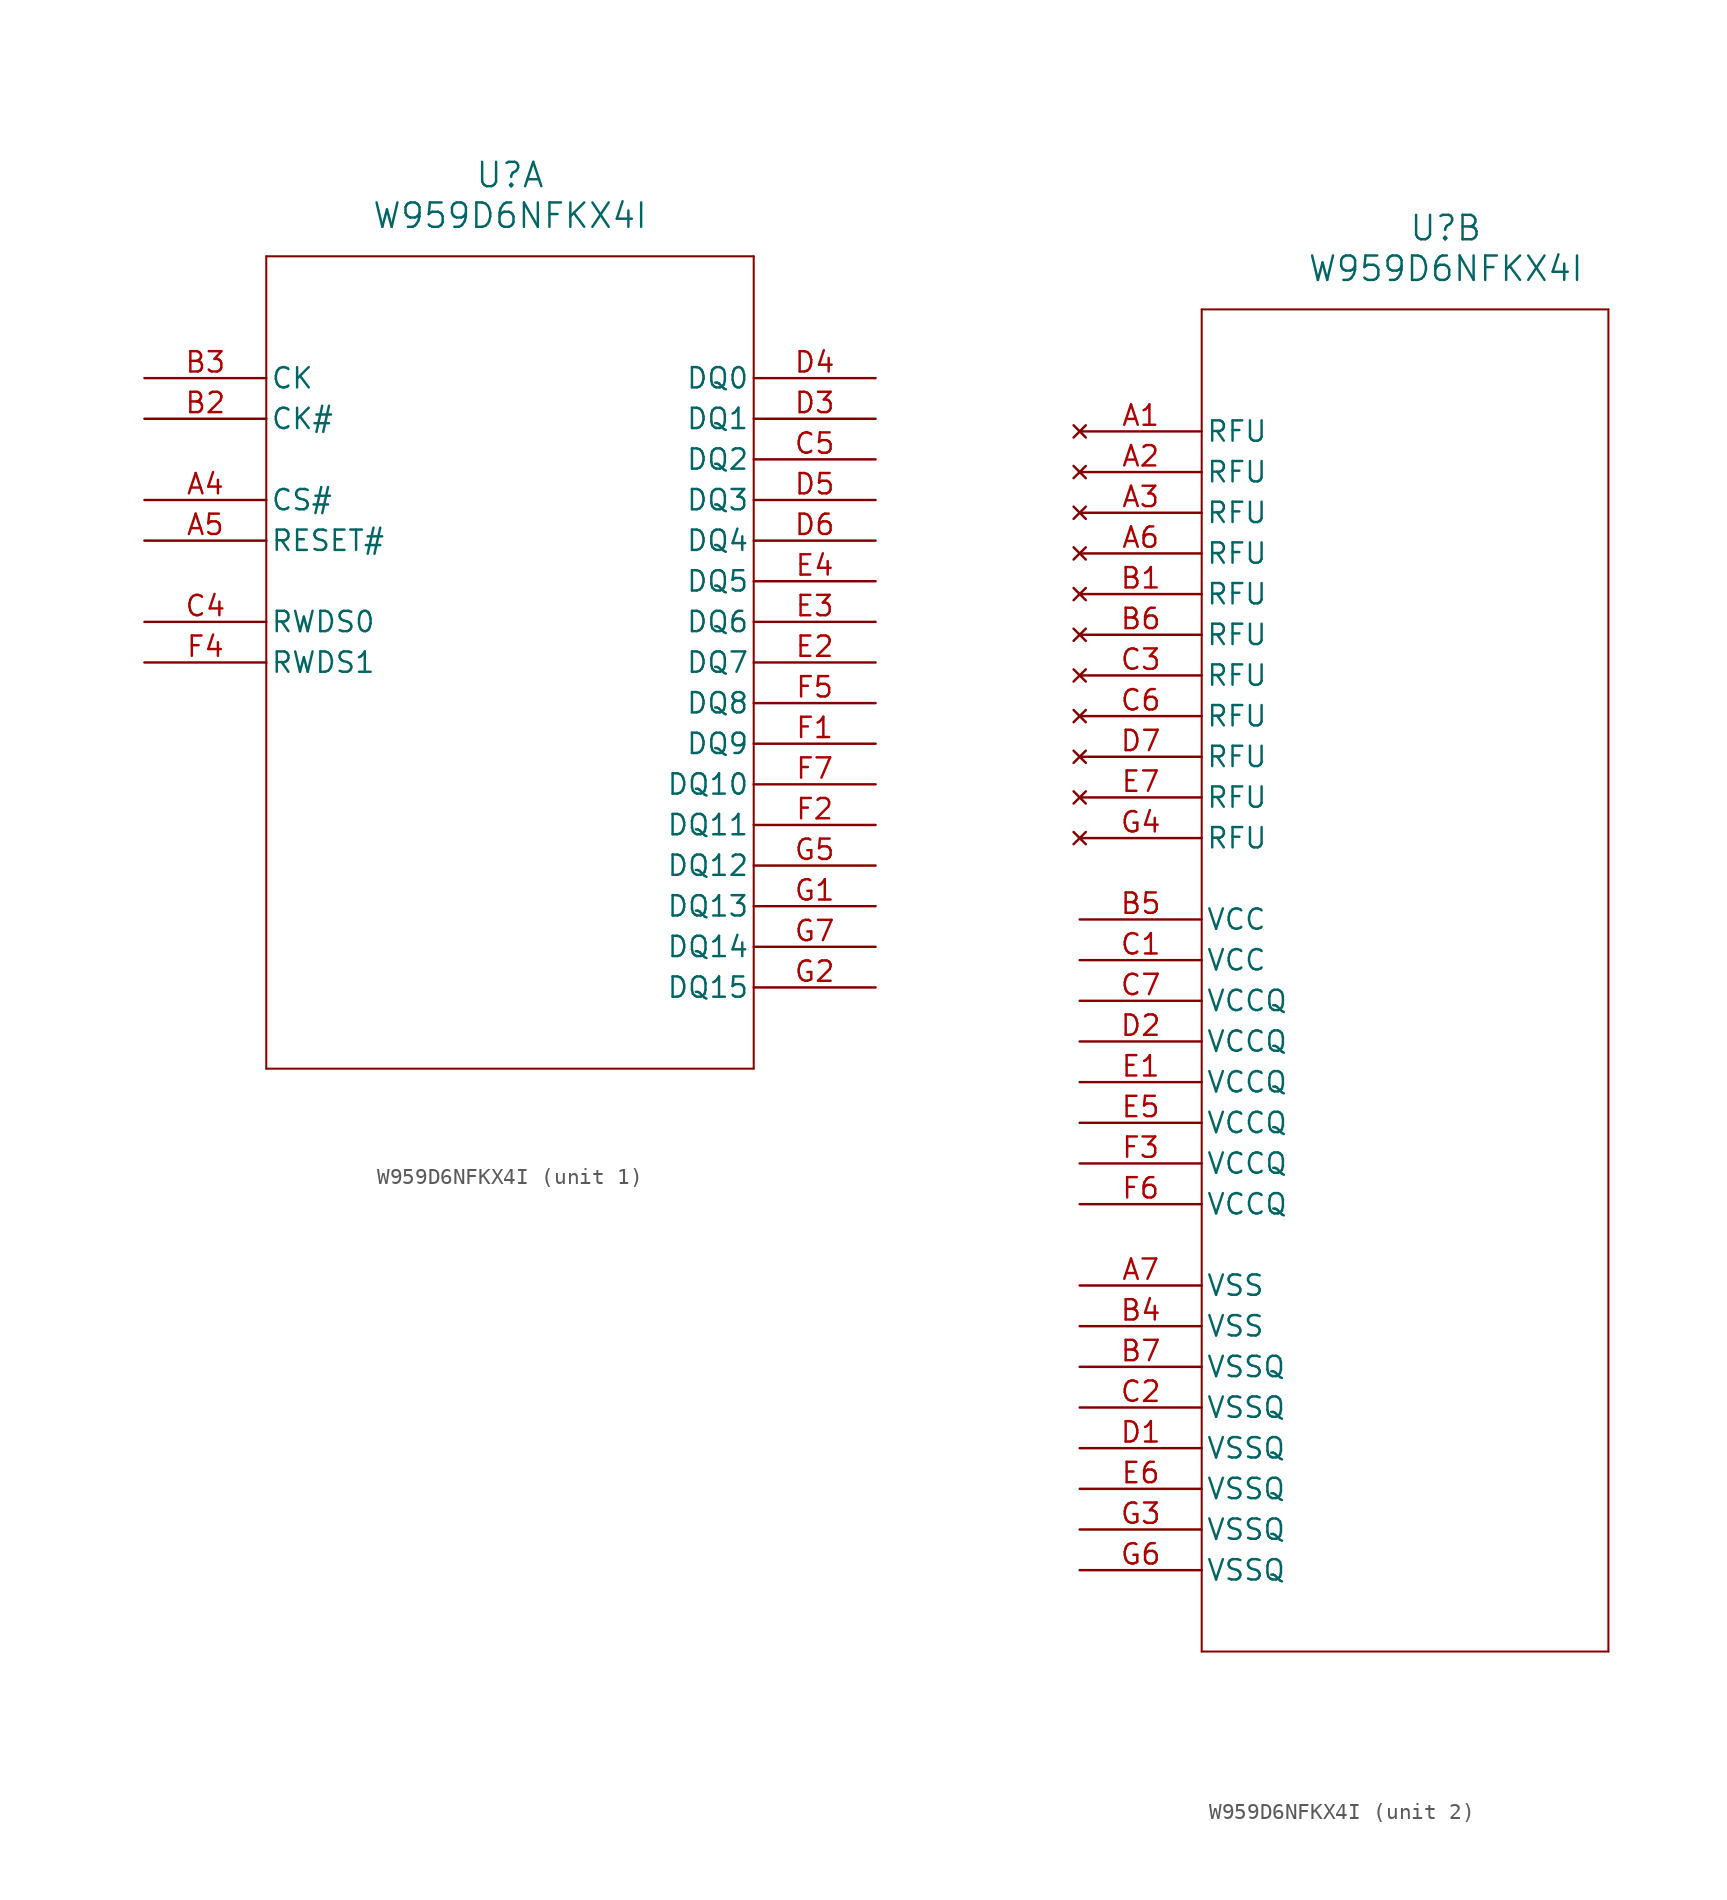
<source format=kicad_sym>
(kicad_symbol_lib
  (version 20211014)
  (generator kicad_symbol_editor)
  (symbol "W959D6NFKX4I"
    (pin_names
      (offset 0.254))
    (property "Reference" "U"
      (at 22.86 12.7 0)
      (effects (font (size 1.524 1.524))))
    (property "Value" "W959D6NFKX4I"
      (at 22.86 10.16 0)
      (effects (font (size 1.524 1.524))))
    (symbol "W959D6NFKX4I_1_1"
      (polyline (pts (xy 7.62 7.62) (xy 7.62 -43.18)) (stroke (width 0.127) (type default) (color 0 0 0 0)) (fill (type none)))
      (polyline (pts (xy 7.62 -43.18) (xy 38.1 -43.18)) (stroke (width 0.127) (type default) (color 0 0 0 0)) (fill (type none)))
      (polyline (pts (xy 38.1 -43.18) (xy 38.1 7.62)) (stroke (width 0.127) (type default) (color 0 0 0 0)) (fill (type none)))
      (polyline (pts (xy 38.1 7.62) (xy 7.62 7.62)) (stroke (width 0.127) (type default) (color 0 0 0 0)) (fill (type none)))
      (pin input line (at 0 -7.62 0) (length 7.62) (name "CS#" (effects (font (size 1.27 1.27)))) (number "A4" (effects (font (size 1.27 1.27)))))
      (pin input line (at 0 -10.16 0) (length 7.62) (name "RESET#" (effects (font (size 1.27 1.27)))) (number "A5" (effects (font (size 1.27 1.27)))))
      (pin input line (at 0 -2.54 0) (length 7.62) (name "CK#" (effects (font (size 1.27 1.27)))) (number "B2" (effects (font (size 1.27 1.27)))))
      (pin input line (at 0 0 0) (length 7.62) (name "CK" (effects (font (size 1.27 1.27)))) (number "B3" (effects (font (size 1.27 1.27)))))
      (pin bidirectional line (at 0 -15.24 0) (length 7.62) (name "RWDS0" (effects (font (size 1.27 1.27)))) (number "C4" (effects (font (size 1.27 1.27)))))
      (pin bidirectional line (at 45.72 -5.08 180) (length 7.62) (name "DQ2" (effects (font (size 1.27 1.27)))) (number "C5" (effects (font (size 1.27 1.27)))))
      (pin bidirectional line (at 45.72 -2.54 180) (length 7.62) (name "DQ1" (effects (font (size 1.27 1.27)))) (number "D3" (effects (font (size 1.27 1.27)))))
      (pin bidirectional line (at 45.72 0 180) (length 7.62) (name "DQ0" (effects (font (size 1.27 1.27)))) (number "D4" (effects (font (size 1.27 1.27)))))
      (pin bidirectional line (at 45.72 -7.62 180) (length 7.62) (name "DQ3" (effects (font (size 1.27 1.27)))) (number "D5" (effects (font (size 1.27 1.27)))))
      (pin bidirectional line (at 45.72 -10.16 180) (length 7.62) (name "DQ4" (effects (font (size 1.27 1.27)))) (number "D6" (effects (font (size 1.27 1.27)))))
      (pin bidirectional line (at 45.72 -17.78 180) (length 7.62) (name "DQ7" (effects (font (size 1.27 1.27)))) (number "E2" (effects (font (size 1.27 1.27)))))
      (pin bidirectional line (at 45.72 -15.24 180) (length 7.62) (name "DQ6" (effects (font (size 1.27 1.27)))) (number "E3" (effects (font (size 1.27 1.27)))))
      (pin bidirectional line (at 45.72 -12.7 180) (length 7.62) (name "DQ5" (effects (font (size 1.27 1.27)))) (number "E4" (effects (font (size 1.27 1.27)))))
      (pin bidirectional line (at 45.72 -22.86 180) (length 7.62) (name "DQ9" (effects (font (size 1.27 1.27)))) (number "F1" (effects (font (size 1.27 1.27)))))
      (pin bidirectional line (at 45.72 -27.94 180) (length 7.62) (name "DQ11" (effects (font (size 1.27 1.27)))) (number "F2" (effects (font (size 1.27 1.27)))))
      (pin bidirectional line (at 0 -17.78 0) (length 7.62) (name "RWDS1" (effects (font (size 1.27 1.27)))) (number "F4" (effects (font (size 1.27 1.27)))))
      (pin bidirectional line (at 45.72 -20.32 180) (length 7.62) (name "DQ8" (effects (font (size 1.27 1.27)))) (number "F5" (effects (font (size 1.27 1.27)))))
      (pin bidirectional line (at 45.72 -25.4 180) (length 7.62) (name "DQ10" (effects (font (size 1.27 1.27)))) (number "F7" (effects (font (size 1.27 1.27)))))
      (pin bidirectional line (at 45.72 -33.02 180) (length 7.62) (name "DQ13" (effects (font (size 1.27 1.27)))) (number "G1" (effects (font (size 1.27 1.27)))))
      (pin bidirectional line (at 45.72 -38.1 180) (length 7.62) (name "DQ15" (effects (font (size 1.27 1.27)))) (number "G2" (effects (font (size 1.27 1.27)))))
      (pin bidirectional line (at 45.72 -30.48 180) (length 7.62) (name "DQ12" (effects (font (size 1.27 1.27)))) (number "G5" (effects (font (size 1.27 1.27)))))
      (pin bidirectional line (at 45.72 -35.56 180) (length 7.62) (name "DQ14" (effects (font (size 1.27 1.27)))) (number "G7" (effects (font (size 1.27 1.27))))))
    (symbol "W959D6NFKX4I_2_1"
      (polyline (pts (xy 7.62 7.62) (xy 7.62 -76.2)) (stroke (width 0.127) (type default) (color 0 0 0 0)) (fill (type none)))
      (polyline (pts (xy 7.62 -76.2) (xy 33.02 -76.2)) (stroke (width 0.127) (type default) (color 0 0 0 0)) (fill (type none)))
      (polyline (pts (xy 33.02 -76.2) (xy 33.02 7.62)) (stroke (width 0.127) (type default) (color 0 0 0 0)) (fill (type none)))
      (polyline (pts (xy 33.02 7.62) (xy 7.62 7.62)) (stroke (width 0.127) (type default) (color 0 0 0 0)) (fill (type none)))
      (pin no_connect line (at 0 0 0) (length 7.62) (name "RFU" (effects (font (size 1.27 1.27)))) (number "A1" (effects (font (size 1.27 1.27)))))
      (pin no_connect line (at 0 -2.54 0) (length 7.62) (name "RFU" (effects (font (size 1.27 1.27)))) (number "A2" (effects (font (size 1.27 1.27)))))
      (pin no_connect line (at 0 -5.08 0) (length 7.62) (name "RFU" (effects (font (size 1.27 1.27)))) (number "A3" (effects (font (size 1.27 1.27)))))
      (pin no_connect line (at 0 -7.62 0) (length 7.62) (name "RFU" (effects (font (size 1.27 1.27)))) (number "A6" (effects (font (size 1.27 1.27)))))
      (pin power_out line (at 0 -53.34 0) (length 7.62) (name "VSS" (effects (font (size 1.27 1.27)))) (number "A7" (effects (font (size 1.27 1.27)))))
      (pin no_connect line (at 0 -10.16 0) (length 7.62) (name "RFU" (effects (font (size 1.27 1.27)))) (number "B1" (effects (font (size 1.27 1.27)))))
      (pin power_out line (at 0 -55.88 0) (length 7.62) (name "VSS" (effects (font (size 1.27 1.27)))) (number "B4" (effects (font (size 1.27 1.27)))))
      (pin power_in line (at 0 -30.48 0) (length 7.62) (name "VCC" (effects (font (size 1.27 1.27)))) (number "B5" (effects (font (size 1.27 1.27)))))
      (pin no_connect line (at 0 -12.7 0) (length 7.62) (name "RFU" (effects (font (size 1.27 1.27)))) (number "B6" (effects (font (size 1.27 1.27)))))
      (pin power_out line (at 0 -58.42 0) (length 7.62) (name "VSSQ" (effects (font (size 1.27 1.27)))) (number "B7" (effects (font (size 1.27 1.27)))))
      (pin power_in line (at 0 -33.02 0) (length 7.62) (name "VCC" (effects (font (size 1.27 1.27)))) (number "C1" (effects (font (size 1.27 1.27)))))
      (pin power_out line (at 0 -60.96 0) (length 7.62) (name "VSSQ" (effects (font (size 1.27 1.27)))) (number "C2" (effects (font (size 1.27 1.27)))))
      (pin no_connect line (at 0 -15.24 0) (length 7.62) (name "RFU" (effects (font (size 1.27 1.27)))) (number "C3" (effects (font (size 1.27 1.27)))))
      (pin no_connect line (at 0 -17.78 0) (length 7.62) (name "RFU" (effects (font (size 1.27 1.27)))) (number "C6" (effects (font (size 1.27 1.27)))))
      (pin power_in line (at 0 -35.56 0) (length 7.62) (name "VCCQ" (effects (font (size 1.27 1.27)))) (number "C7" (effects (font (size 1.27 1.27)))))
      (pin power_out line (at 0 -63.5 0) (length 7.62) (name "VSSQ" (effects (font (size 1.27 1.27)))) (number "D1" (effects (font (size 1.27 1.27)))))
      (pin power_in line (at 0 -38.1 0) (length 7.62) (name "VCCQ" (effects (font (size 1.27 1.27)))) (number "D2" (effects (font (size 1.27 1.27)))))
      (pin no_connect line (at 0 -20.32 0) (length 7.62) (name "RFU" (effects (font (size 1.27 1.27)))) (number "D7" (effects (font (size 1.27 1.27)))))
      (pin power_in line (at 0 -40.64 0) (length 7.62) (name "VCCQ" (effects (font (size 1.27 1.27)))) (number "E1" (effects (font (size 1.27 1.27)))))
      (pin power_in line (at 0 -43.18 0) (length 7.62) (name "VCCQ" (effects (font (size 1.27 1.27)))) (number "E5" (effects (font (size 1.27 1.27)))))
      (pin power_out line (at 0 -66.04 0) (length 7.62) (name "VSSQ" (effects (font (size 1.27 1.27)))) (number "E6" (effects (font (size 1.27 1.27)))))
      (pin no_connect line (at 0 -22.86 0) (length 7.62) (name "RFU" (effects (font (size 1.27 1.27)))) (number "E7" (effects (font (size 1.27 1.27)))))
      (pin power_in line (at 0 -45.72 0) (length 7.62) (name "VCCQ" (effects (font (size 1.27 1.27)))) (number "F3" (effects (font (size 1.27 1.27)))))
      (pin power_in line (at 0 -48.26 0) (length 7.62) (name "VCCQ" (effects (font (size 1.27 1.27)))) (number "F6" (effects (font (size 1.27 1.27)))))
      (pin power_out line (at 0 -68.58 0) (length 7.62) (name "VSSQ" (effects (font (size 1.27 1.27)))) (number "G3" (effects (font (size 1.27 1.27)))))
      (pin no_connect line (at 0 -25.4 0) (length 7.62) (name "RFU" (effects (font (size 1.27 1.27)))) (number "G4" (effects (font (size 1.27 1.27)))))
      (pin power_out line (at 0 -71.12 0) (length 7.62) (name "VSSQ" (effects (font (size 1.27 1.27)))) (number "G6" (effects (font (size 1.27 1.27))))))))
</source>
